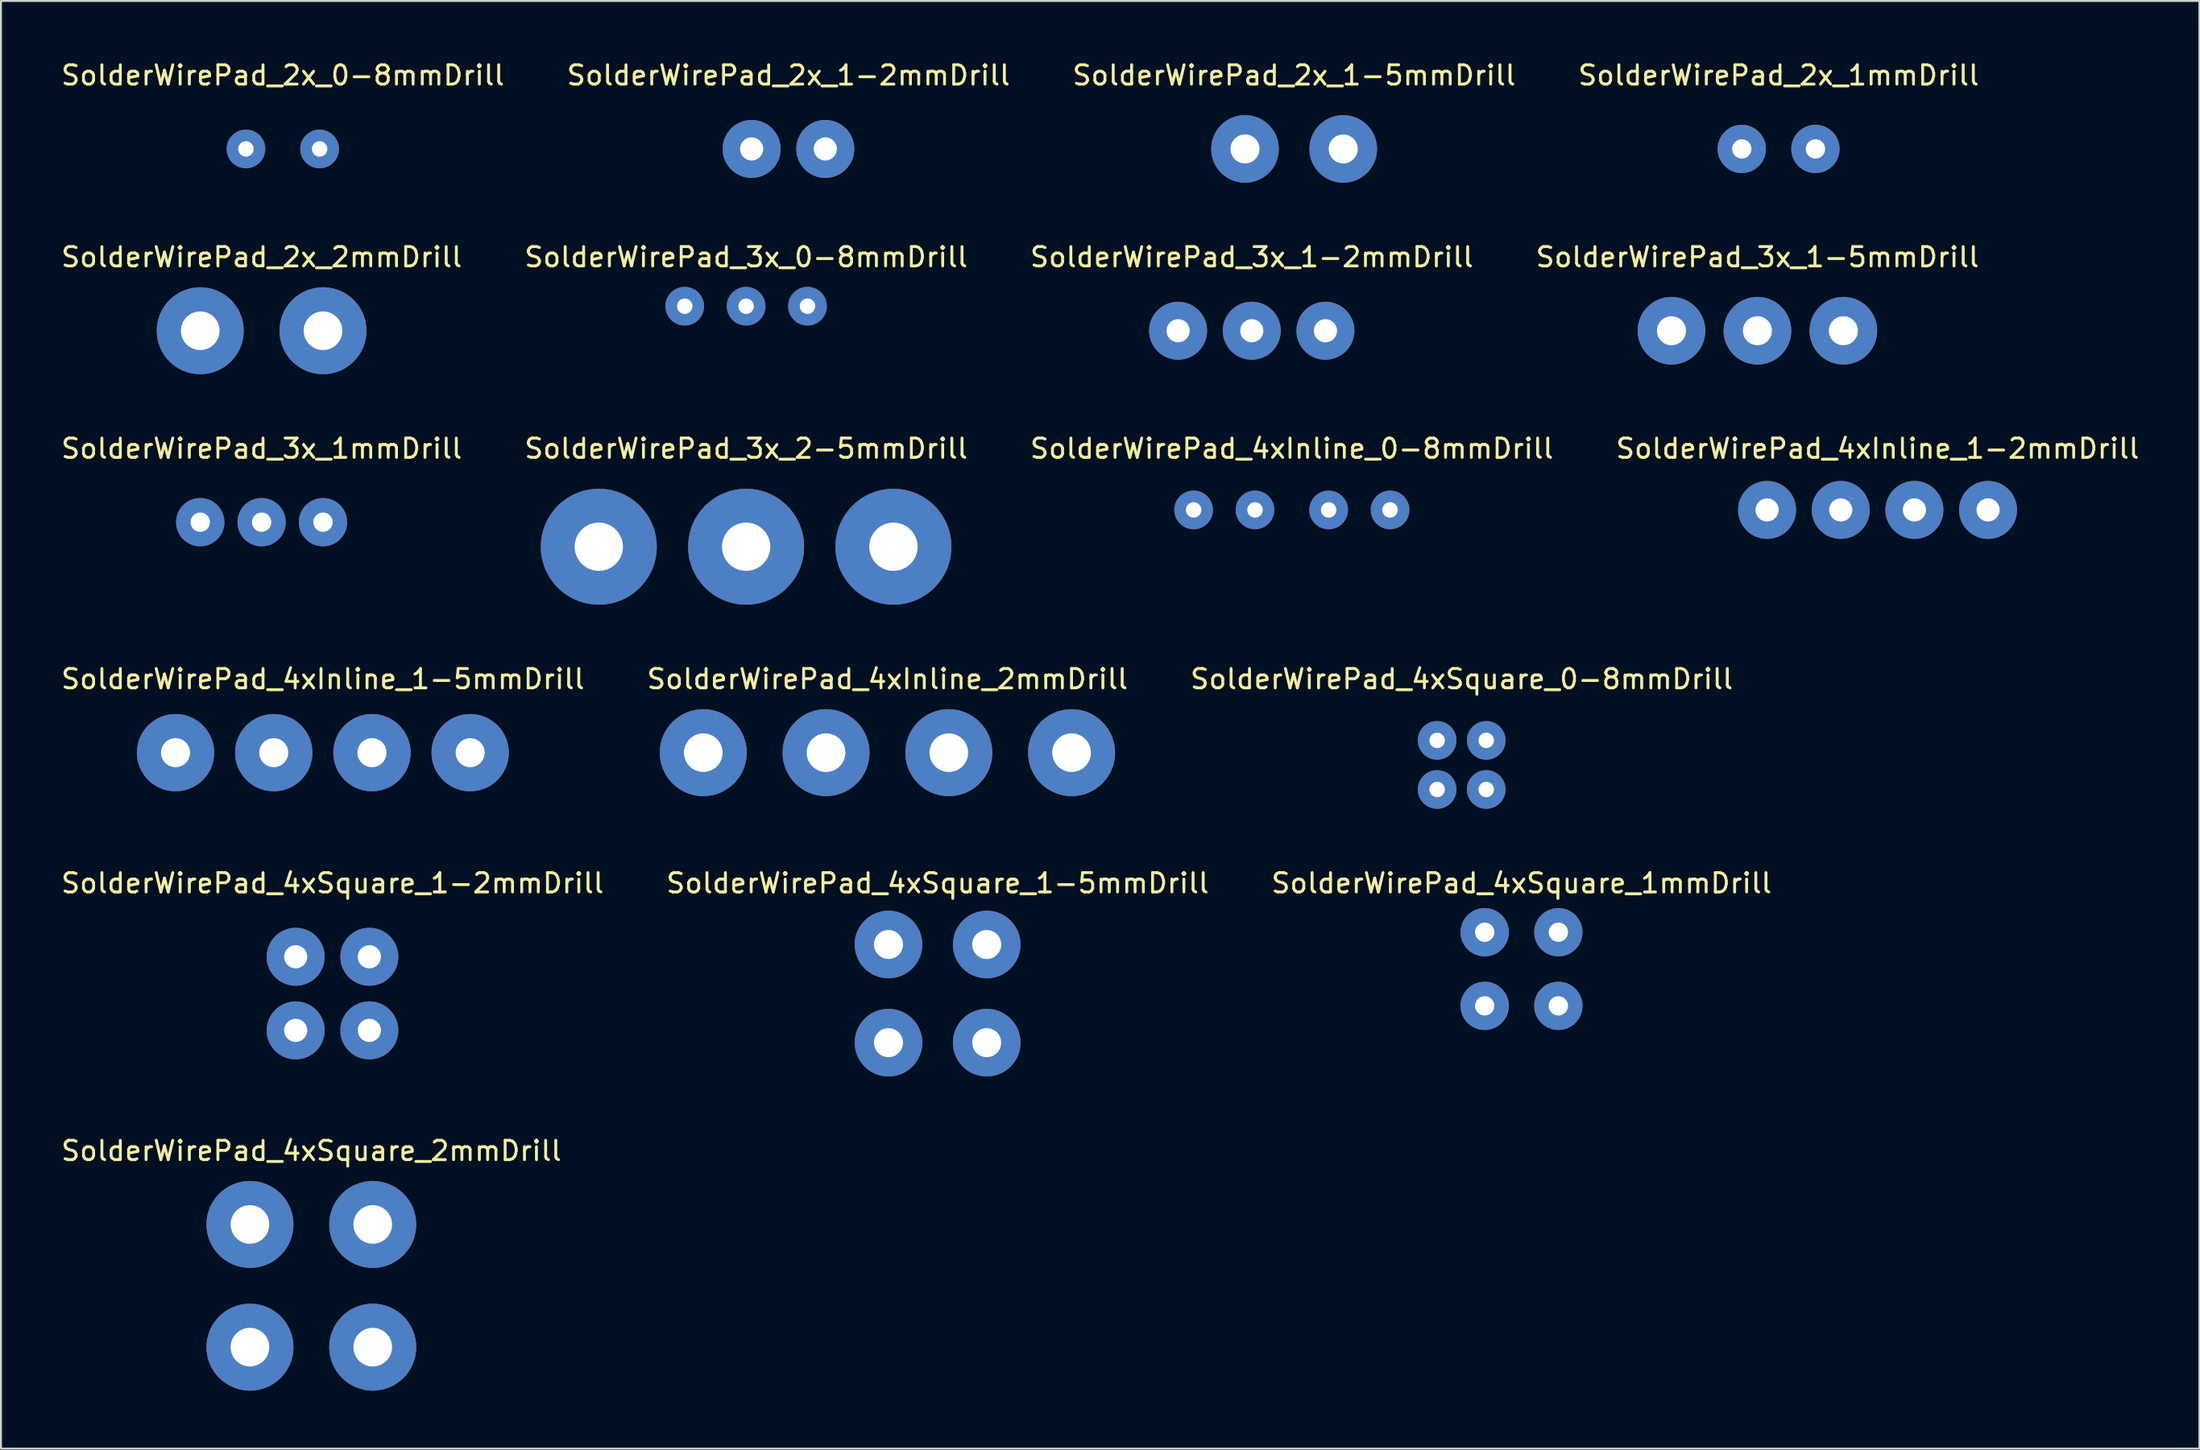
<source format=kicad_pcb>
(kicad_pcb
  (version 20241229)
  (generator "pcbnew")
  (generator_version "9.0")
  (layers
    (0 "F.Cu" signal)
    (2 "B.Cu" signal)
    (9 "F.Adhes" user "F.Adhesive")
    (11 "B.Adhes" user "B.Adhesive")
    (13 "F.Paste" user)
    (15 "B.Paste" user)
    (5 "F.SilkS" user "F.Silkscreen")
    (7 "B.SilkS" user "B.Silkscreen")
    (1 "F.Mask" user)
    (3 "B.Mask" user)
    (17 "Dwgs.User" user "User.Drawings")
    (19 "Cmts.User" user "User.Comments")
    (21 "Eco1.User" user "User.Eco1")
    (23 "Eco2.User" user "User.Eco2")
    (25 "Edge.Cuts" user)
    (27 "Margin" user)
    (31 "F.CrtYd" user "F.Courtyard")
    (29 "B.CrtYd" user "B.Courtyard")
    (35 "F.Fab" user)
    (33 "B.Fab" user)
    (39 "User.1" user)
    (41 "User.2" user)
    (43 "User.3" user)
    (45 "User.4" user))
  (footprint "SolderWirePad_4xSquare_1-2mmDrill"
    (layer "F.Cu")
    (at 14.149 48.371)
    (property "Reference" "SolderWirePad_4xSquare_1-2mmDrill" (at 0 -5.715 0) (layer "F.SilkS") (effects (font (size 1 1) (thickness 0.15))))
    (attr through_hole)
    (pad "1" thru_hole circle (at -1.905 -1.905) (size 3 3) (drill 1.199) (layers "*.Cu" "*.Mask"))
    (pad "1" thru_hole circle (at -1.905 1.905) (size 3 3) (drill 1.199) (layers "*.Cu" "*.Mask"))
    (pad "1" thru_hole circle (at 1.905 -1.905) (size 3 3) (drill 1.199) (layers "*.Cu" "*.Mask"))
    (pad "1" thru_hole circle (at 1.905 1.905) (size 3 3) (drill 1.199) (layers "*.Cu" "*.Mask")))
  (footprint "SolderWirePad_2x_0-8mmDrill"
    (layer "F.Cu")
    (at 11.577 4.658)
    (property "Reference" "SolderWirePad_2x_0-8mmDrill" (at 0 -3.81 0) (layer "F.SilkS") (effects (font (size 1 1) (thickness 0.15))))
    (attr through_hole)
    (pad "1" thru_hole circle (at -1.905 0) (size 1.999 1.999) (drill 0.8) (layers "*.Cu" "*.Mask"))
    (pad "1" thru_hole circle (at 1.905 0) (size 1.999 1.999) (drill 0.8) (layers "*.Cu" "*.Mask")))
  (footprint "SolderWirePad_3x_1-5mmDrill"
    (layer "F.Cu")
    (at 87.851 14.067)
    (property "Reference" "SolderWirePad_3x_1-5mmDrill" (at 0 -3.81 0) (layer "F.SilkS") (effects (font (size 1 1) (thickness 0.15))))
    (attr through_hole)
    (pad "1" thru_hole circle (at -4.445 0) (size 3.5 3.5) (drill 1.501) (layers "*.Cu" "*.Mask"))
    (pad "1" thru_hole circle (at 0 0) (size 3.5 3.5) (drill 1.501) (layers "*.Cu" "*.Mask"))
    (pad "1" thru_hole circle (at 4.445 0) (size 3.5 3.5) (drill 1.501) (layers "*.Cu" "*.Mask")))
  (footprint "SolderWirePad_2x_1mmDrill"
    (layer "F.Cu")
    (at 88.946 4.658)
    (property "Reference" "SolderWirePad_2x_1mmDrill" (at 0 -3.81 0) (layer "F.SilkS") (effects (font (size 1 1) (thickness 0.15))))
    (attr through_hole)
    (pad "1" thru_hole circle (at -1.905 0) (size 2.499 2.499) (drill 1.001) (layers "*.Cu" "*.Mask"))
    (pad "1" thru_hole circle (at 1.905 0) (size 2.499 2.499) (drill 1.001) (layers "*.Cu" "*.Mask")))
  (footprint "SolderWirePad_3x_1mmDrill"
    (layer "F.Cu")
    (at 10.482 23.975)
    (property "Reference" "SolderWirePad_3x_1mmDrill" (at 0 -3.81 0) (layer "F.SilkS") (effects (font (size 1 1) (thickness 0.15))))
    (attr through_hole)
    (pad "1" thru_hole circle (at -3.175 0) (size 2.499 2.499) (drill 1.001) (layers "*.Cu" "*.Mask"))
    (pad "1" thru_hole circle (at 0 0) (size 2.499 2.499) (drill 1.001) (layers "*.Cu" "*.Mask"))
    (pad "1" thru_hole circle (at 3.175 0) (size 2.499 2.499) (drill 1.001) (layers "*.Cu" "*.Mask")))
  (footprint "SolderWirePad_4xSquare_2mmDrill"
    (layer "F.Cu")
    (at 13.054 63.494)
    (property "Reference" "SolderWirePad_4xSquare_2mmDrill" (at 0 -6.985 0) (layer "F.SilkS") (effects (font (size 1 1) (thickness 0.15))))
    (attr through_hole)
    (pad "1" thru_hole circle (at -3.175 -3.175) (size 4.501 4.501) (drill 1.999) (layers "*.Cu" "*.Mask"))
    (pad "1" thru_hole circle (at -3.175 3.175) (size 4.501 4.501) (drill 1.999) (layers "*.Cu" "*.Mask"))
    (pad "1" thru_hole circle (at 3.175 -3.175) (size 4.501 4.501) (drill 1.999) (layers "*.Cu" "*.Mask"))
    (pad "1" thru_hole circle (at 3.175 3.175) (size 4.501 4.501) (drill 1.999) (layers "*.Cu" "*.Mask")))
  (footprint "SolderWirePad_3x_0-8mmDrill"
    (layer "F.Cu")
    (at 35.542 12.797)
    (property "Reference" "SolderWirePad_3x_0-8mmDrill" (at 0 -2.54 0) (layer "F.SilkS") (effects (font (size 1 1) (thickness 0.15))))
    (attr through_hole)
    (pad "1" thru_hole circle (at -3.175 0) (size 1.999 1.999) (drill 0.8) (layers "*.Cu" "*.Mask"))
    (pad "1" thru_hole circle (at 0 0) (size 1.999 1.999) (drill 0.8) (layers "*.Cu" "*.Mask"))
    (pad "1" thru_hole circle (at 3.175 0) (size 1.999 1.999) (drill 0.8) (layers "*.Cu" "*.Mask")))
  (footprint "SolderWirePad_2x_1-5mmDrill"
    (layer "F.Cu")
    (at 63.887 4.658)
    (property "Reference" "SolderWirePad_2x_1-5mmDrill" (at 0 -3.81 0) (layer "F.SilkS") (effects (font (size 1 1) (thickness 0.15))))
    (attr through_hole)
    (pad "1" thru_hole circle (at -2.54 0) (size 3.5 3.5) (drill 1.501) (layers "*.Cu" "*.Mask"))
    (pad "1" thru_hole circle (at 2.54 0) (size 3.5 3.5) (drill 1.501) (layers "*.Cu" "*.Mask")))
  (footprint "SolderWirePad_4xSquare_0-8mmDrill"
    (layer "F.Cu")
    (at 72.554 36.538)
    (property "Reference" "SolderWirePad_4xSquare_0-8mmDrill" (at 0 -4.445 0) (layer "F.SilkS") (effects (font (size 1 1) (thickness 0.15))))
    (attr through_hole)
    (pad "1" thru_hole circle (at -1.27 -1.27) (size 1.999 1.999) (drill 0.8) (layers "*.Cu" "*.Mask"))
    (pad "1" thru_hole circle (at -1.27 1.27) (size 1.999 1.999) (drill 0.8) (layers "*.Cu" "*.Mask"))
    (pad "1" thru_hole circle (at 1.27 -1.27) (size 1.999 1.999) (drill 0.8) (layers "*.Cu" "*.Mask"))
    (pad "1" thru_hole circle (at 1.27 1.27) (size 1.999 1.999) (drill 0.8) (layers "*.Cu" "*.Mask")))
  (footprint "SolderWirePad_4xInline_2mmDrill"
    (layer "F.Cu")
    (at 42.851 35.903)
    (property "Reference" "SolderWirePad_4xInline_2mmDrill" (at 0 -3.81 0) (layer "F.SilkS") (effects (font (size 1 1) (thickness 0.15))))
    (attr through_hole)
    (pad "1" thru_hole circle (at -9.525 0) (size 4.501 4.501) (drill 1.999) (layers "*.Cu" "*.Mask"))
    (pad "1" thru_hole circle (at -3.175 0) (size 4.501 4.501) (drill 1.999) (layers "*.Cu" "*.Mask"))
    (pad "1" thru_hole circle (at 3.175 0) (size 4.501 4.501) (drill 1.999) (layers "*.Cu" "*.Mask"))
    (pad "1" thru_hole circle (at 9.525 0) (size 4.501 4.501) (drill 1.999) (layers "*.Cu" "*.Mask")))
  (footprint "SolderWirePad_3x_1-2mmDrill"
    (layer "F.Cu")
    (at 61.696 14.067)
    (property "Reference" "SolderWirePad_3x_1-2mmDrill" (at 0 -3.81 0) (layer "F.SilkS") (effects (font (size 1 1) (thickness 0.15))))
    (attr through_hole)
    (pad "1" thru_hole circle (at -3.81 0) (size 3 3) (drill 1.199) (layers "*.Cu" "*.Mask"))
    (pad "1" thru_hole circle (at 0 0) (size 3 3) (drill 1.199) (layers "*.Cu" "*.Mask"))
    (pad "1" thru_hole circle (at 3.81 0) (size 3 3) (drill 1.199) (layers "*.Cu" "*.Mask")))
  (footprint "SolderWirePad_3x_2-5mmDrill"
    (layer "F.Cu")
    (at 35.542 25.245)
    (property "Reference" "SolderWirePad_3x_2-5mmDrill" (at 0 -5.08 0) (layer "F.SilkS") (effects (font (size 1 1) (thickness 0.15))))
    (attr through_hole)
    (pad "1" thru_hole circle (at -7.62 0) (size 5.999 5.999) (drill 2.499) (layers "*.Cu" "*.Mask"))
    (pad "1" thru_hole circle (at 0 0) (size 5.999 5.999) (drill 2.499) (layers "*.Cu" "*.Mask"))
    (pad "1" thru_hole circle (at 7.62 0) (size 5.999 5.999) (drill 2.499) (layers "*.Cu" "*.Mask")))
  (footprint "SolderWirePad_4xInline_0-8mmDrill"
    (layer "F.Cu")
    (at 63.768 23.34)
    (property "Reference" "SolderWirePad_4xInline_0-8mmDrill" (at 0 -3.175 0) (layer "F.SilkS") (effects (font (size 1 1) (thickness 0.15))))
    (attr through_hole)
    (pad "1" thru_hole circle (at -5.08 0) (size 1.999 1.999) (drill 0.8) (layers "*.Cu" "*.Mask"))
    (pad "1" thru_hole circle (at -1.905 0) (size 1.999 1.999) (drill 0.8) (layers "*.Cu" "*.Mask"))
    (pad "1" thru_hole circle (at 1.905 0) (size 1.999 1.999) (drill 0.8) (layers "*.Cu" "*.Mask"))
    (pad "1" thru_hole circle (at 5.08 0) (size 1.999 1.999) (drill 0.8) (layers "*.Cu" "*.Mask")))
  (footprint "SolderWirePad_2x_2mmDrill"
    (layer "F.Cu")
    (at 10.482 14.067)
    (property "Reference" "SolderWirePad_2x_2mmDrill" (at 0 -3.81 0) (layer "F.SilkS") (effects (font (size 1 1) (thickness 0.15))))
    (attr through_hole)
    (pad "1" thru_hole circle (at -3.175 0) (size 4.501 4.501) (drill 1.999) (layers "*.Cu" "*.Mask"))
    (pad "1" thru_hole circle (at 3.175 0) (size 4.501 4.501) (drill 1.999) (layers "*.Cu" "*.Mask")))
  (footprint "SolderWirePad_2x_1-2mmDrill"
    (layer "F.Cu")
    (at 37.732 4.658)
    (property "Reference" "SolderWirePad_2x_1-2mmDrill" (at 0 -3.81 0) (layer "F.SilkS") (effects (font (size 1 1) (thickness 0.15))))
    (attr through_hole)
    (pad "1" thru_hole circle (at -1.905 0) (size 3 3) (drill 1.199) (layers "*.Cu" "*.Mask"))
    (pad "1" thru_hole circle (at 1.905 0) (size 3 3) (drill 1.199) (layers "*.Cu" "*.Mask")))
  (footprint "SolderWirePad_4xSquare_1mmDrill"
    (layer "F.Cu")
    (at 75.649 47.101)
    (property "Reference" "SolderWirePad_4xSquare_1mmDrill" (at 0 -4.445 0) (layer "F.SilkS") (effects (font (size 1 1) (thickness 0.15))))
    (attr through_hole)
    (pad "1" thru_hole circle (at -1.905 -1.905) (size 2.499 2.499) (drill 1.001) (layers "*.Cu" "*.Mask"))
    (pad "1" thru_hole circle (at -1.905 1.905) (size 2.499 2.499) (drill 1.001) (layers "*.Cu" "*.Mask"))
    (pad "1" thru_hole circle (at 1.905 -1.905) (size 2.499 2.499) (drill 1.001) (layers "*.Cu" "*.Mask"))
    (pad "1" thru_hole circle (at 1.905 1.905) (size 2.499 2.499) (drill 1.001) (layers "*.Cu" "*.Mask")))
  (footprint "SolderWirePad_4xInline_1-5mmDrill"
    (layer "F.Cu")
    (at 13.649 35.903)
    (property "Reference" "SolderWirePad_4xInline_1-5mmDrill" (at 0 -3.81 0) (layer "F.SilkS") (effects (font (size 1 1) (thickness 0.15))))
    (attr through_hole)
    (pad "1" thru_hole circle (at -7.62 0) (size 4 4) (drill 1.501) (layers "*.Cu" "*.Mask"))
    (pad "1" thru_hole circle (at -2.54 0) (size 4 4) (drill 1.501) (layers "*.Cu" "*.Mask"))
    (pad "1" thru_hole circle (at 2.54 0) (size 4 4) (drill 1.501) (layers "*.Cu" "*.Mask"))
    (pad "1" thru_hole circle (at 7.62 0) (size 4 4) (drill 1.501) (layers "*.Cu" "*.Mask")))
  (footprint "SolderWirePad_4xSquare_1-5mmDrill"
    (layer "F.Cu")
    (at 45.446 48.371)
    (property "Reference" "SolderWirePad_4xSquare_1-5mmDrill" (at 0 -5.715 0) (layer "F.SilkS") (effects (font (size 1 1) (thickness 0.15))))
    (attr through_hole)
    (pad "1" thru_hole circle (at -2.54 -2.54) (size 3.5 3.5) (drill 1.501) (layers "*.Cu" "*.Mask"))
    (pad "1" thru_hole circle (at -2.54 2.54) (size 3.5 3.5) (drill 1.501) (layers "*.Cu" "*.Mask"))
    (pad "1" thru_hole circle (at 2.54 -2.54) (size 3.5 3.5) (drill 1.501) (layers "*.Cu" "*.Mask"))
    (pad "1" thru_hole circle (at 2.54 2.54) (size 3.5 3.5) (drill 1.501) (layers "*.Cu" "*.Mask")))
  (footprint "SolderWirePad_4xInline_1-2mmDrill"
    (layer "F.Cu")
    (at 94.065 23.34)
    (property "Reference" "SolderWirePad_4xInline_1-2mmDrill" (at 0 -3.175 0) (layer "F.SilkS") (effects (font (size 1 1) (thickness 0.15))))
    (attr through_hole)
    (pad "1" thru_hole circle (at -5.715 0) (size 3 3) (drill 1.199) (layers "*.Cu" "*.Mask"))
    (pad "1" thru_hole circle (at -1.905 0) (size 3 3) (drill 1.199) (layers "*.Cu" "*.Mask"))
    (pad "1" thru_hole circle (at 1.905 0) (size 3 3) (drill 1.199) (layers "*.Cu" "*.Mask"))
    (pad "1" thru_hole circle (at 5.715 0) (size 3 3) (drill 1.199) (layers "*.Cu" "*.Mask")))
  (gr_rect
    (start -3 -3)
    (end 110.714 71.92)
    (stroke (width 0.1) (type default))
    (fill no)
    (layer "Edge.Cuts")))
</source>
